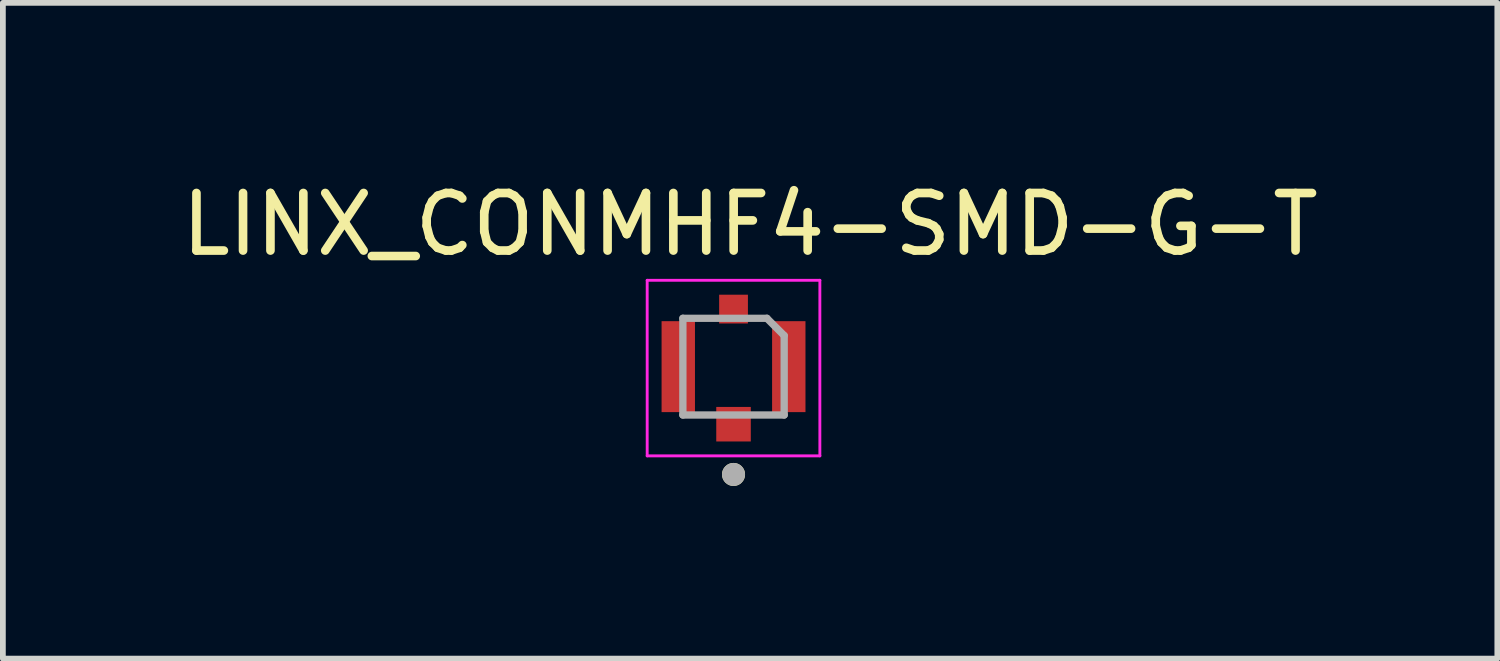
<source format=kicad_pcb>
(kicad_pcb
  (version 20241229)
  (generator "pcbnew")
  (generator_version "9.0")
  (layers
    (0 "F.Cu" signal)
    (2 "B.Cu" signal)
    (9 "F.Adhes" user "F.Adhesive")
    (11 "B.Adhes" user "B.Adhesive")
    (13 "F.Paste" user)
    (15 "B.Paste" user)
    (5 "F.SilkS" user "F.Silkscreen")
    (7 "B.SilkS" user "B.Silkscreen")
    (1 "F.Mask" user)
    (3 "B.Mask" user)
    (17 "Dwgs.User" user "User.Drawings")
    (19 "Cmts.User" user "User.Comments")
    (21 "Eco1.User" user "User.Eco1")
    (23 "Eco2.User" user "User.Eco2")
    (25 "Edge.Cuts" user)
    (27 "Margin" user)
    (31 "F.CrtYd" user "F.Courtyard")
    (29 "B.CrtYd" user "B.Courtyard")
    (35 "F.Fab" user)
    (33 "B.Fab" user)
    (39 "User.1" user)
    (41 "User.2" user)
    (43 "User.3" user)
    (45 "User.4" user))
  (footprint "LINX_CONMHF4-SMD-G-T"
    (layer "F.Cu")
    (at 9.694 3.32)
    (property "Reference" "LINX_CONMHF4-SMD-G-T" (at 0.288 -2.472 0) (layer "F.SilkS") (effects (font (size 1 1) (thickness 0.15))))
    (attr smd)
    (fp_circle (center 0 1.873) (end 0.1 1.873) (stroke (width 0.2) (type solid)) (fill no) (layer "F.SilkS"))
    (fp_line (start -1.5 -1.5) (end -1.5 1.55) (stroke (width 0.05) (type solid)) (layer "F.CrtYd"))
    (fp_line (start -1.5 1.55) (end 1.5 1.55) (stroke (width 0.05) (type solid)) (layer "F.CrtYd"))
    (fp_line (start 1.5 -1.5) (end -1.5 -1.5) (stroke (width 0.05) (type solid)) (layer "F.CrtYd"))
    (fp_line (start 1.5 1.55) (end 1.5 -1.5) (stroke (width 0.05) (type solid)) (layer "F.CrtYd"))
    (fp_line (start -0.88 -0.84) (end -0.88 0.84) (stroke (width 0.127) (type solid)) (layer "F.Fab"))
    (fp_line (start -0.88 -0.84) (end 0.58 -0.84) (stroke (width 0.127) (type solid)) (layer "F.Fab"))
    (fp_line (start -0.88 0.84) (end 0.88 0.84) (stroke (width 0.127) (type solid)) (layer "F.Fab"))
    (fp_line (start 0.58 -0.84) (end 0.88 -0.54) (stroke (width 0.127) (type solid)) (layer "F.Fab"))
    (fp_line (start 0.88 0.84) (end 0.88 -0.54) (stroke (width 0.127) (type solid)) (layer "F.Fab"))
    (fp_circle (center 0 1.873) (end 0.1 1.873) (stroke (width 0.2) (type solid)) (fill no) (layer "F.Fab"))
    (pad "1" smd rect (at 0 1) (size 0.6 0.6) (layers "F.Cu" "F.Mask" "F.Paste"))
    (pad "S1" smd rect (at -0.96 0) (size 0.58 1.58) (layers "F.Cu" "F.Mask" "F.Paste"))
    (pad "S2" smd rect (at 0 -1) (size 0.5 0.5) (layers "F.Cu" "F.Mask" "F.Paste"))
    (pad "S3" smd rect (at 0.96 0) (size 0.58 1.58) (layers "F.Cu" "F.Mask" "F.Paste"))
    (zone (net_name "") (layer "F.Cu") (hatch full 0.508) (connect_pads) (min_thickness 0.01) (filled_areas_thickness no) (keepout (tracks not_allowed) (vias not_allowed) (pads not_allowed) (copperpour not_allowed) (footprints allowed)) (placement (enabled no)) (fill) (polygon (pts (xy 9.024 2.57) (xy 10.364 2.57) (xy 10.364 4.02) (xy 9.024 4.02))))
    (zone (net_name "") (layers "F.Cu" "B.Cu") (hatch full 0.508) (connect_pads) (min_thickness 0.01) (filled_areas_thickness no) (keepout (tracks allowed) (vias not_allowed) (pads allowed) (copperpour allowed) (footprints allowed)) (placement (enabled no)) (fill) (polygon (pts (xy 9.024 2.57) (xy 10.364 2.57) (xy 10.364 4.02) (xy 9.024 4.02))))
    (zone (net_name "") (layer "B.Cu") (hatch full 0.508) (connect_pads) (min_thickness 0.01) (filled_areas_thickness no) (keepout (tracks not_allowed) (vias not_allowed) (pads not_allowed) (copperpour not_allowed) (footprints allowed)) (placement (enabled no)) (fill) (polygon (pts (xy 9.024 2.57) (xy 10.364 2.57) (xy 10.364 4.02) (xy 9.024 4.02)))))
  (gr_rect
    (start -3 -3)
    (end 22.964 8.393)
    (stroke (width 0.1) (type default))
    (fill no)
    (layer "Edge.Cuts")))
</source>
